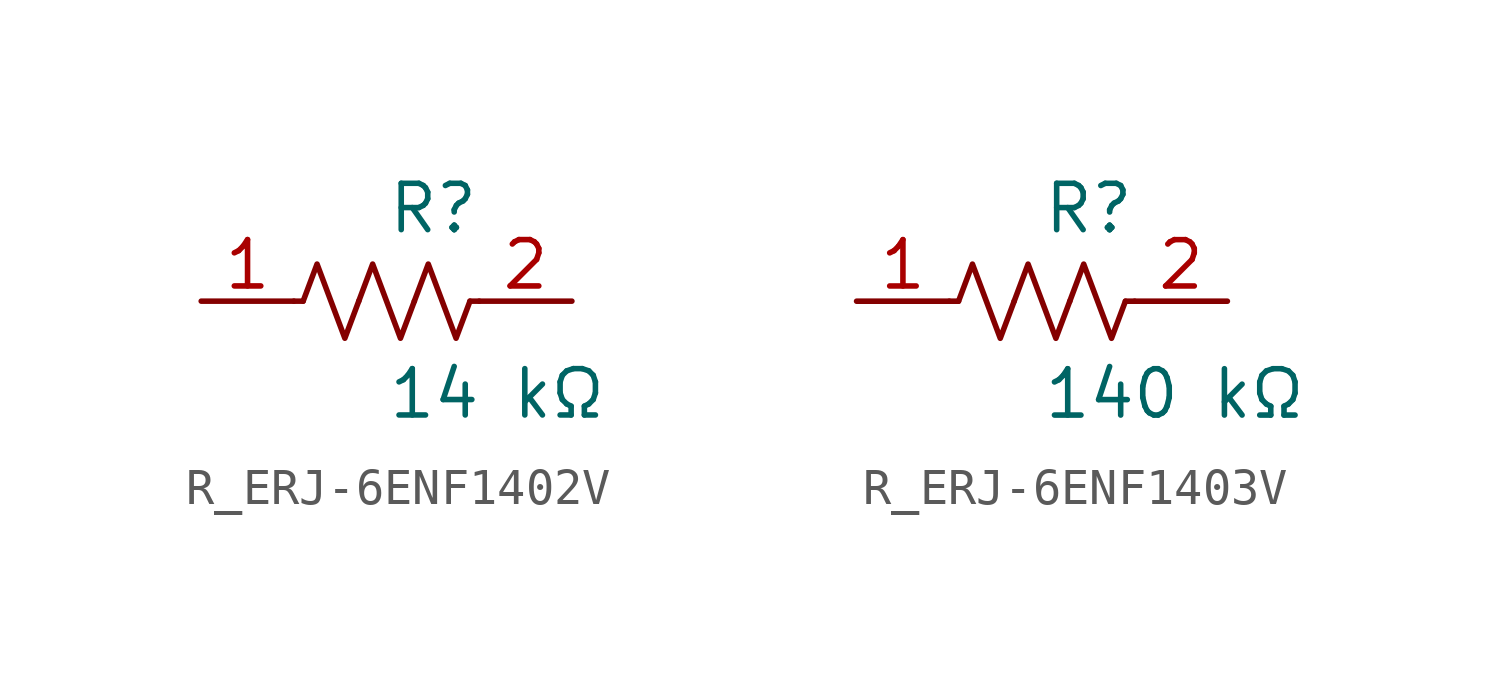
<source format=kicad_sym>
(kicad_symbol_lib
  (version 20231120)
  (generator kicad_symbol_editor)
  (generator_version 8.0)
  (symbol "R_ERJ-6ENF1402V"
    (pin_names
      (offset 0.254))
    (property "Reference" "R"
      (at 0.0 2.54 0)
      (effects (font (size 1.27 1.27)) (justify left)))
    (property "Value" "14 kΩ"
      (at 0.0 -2.54 0)
      (effects (font (size 1.27 1.27)) (justify left)))
    (symbol "R_ERJ-6ENF1402V_0_1"
      (polyline (pts (xy 2.286 0) (xy 2.54 0)) (stroke (width 0) (type default)) (fill (type none)))
      (polyline (pts (xy -2.286 0) (xy -2.54 0)) (stroke (width 0) (type default)) (fill (type none)))
      (polyline (pts (xy 0.762 0) (xy 1.143 1.016) (xy 1.524 0) (xy 1.905 -1.016) (xy 2.286 0)) (stroke (width 0) (type default)) (fill (type none)))
      (polyline (pts (xy -0.762 0) (xy -0.381 1.016) (xy 0 0) (xy 0.381 -1.016) (xy 0.762 0)) (stroke (width 0) (type default)) (fill (type none)))
      (polyline (pts (xy -2.286 0) (xy -1.905 1.016) (xy -1.524 0) (xy -1.143 -1.016) (xy -0.762 0)) (stroke (width 0) (type default)) (fill (type none))))
    (pin unspecified line
      (at -5.08 0 0)
      (length 2.54)
      (name "" (effects (font (size 1.27 1.27))))
      (number "1" (effects (font (size 1.27 1.27)))))
    (pin unspecified line
      (at 5.08 0 180)
      (length 2.54)
      (name "" (effects (font (size 1.27 1.27))))
      (number "2" (effects (font (size 1.27 1.27))))))
  (symbol "R_ERJ-6ENF1403V"
    (pin_names
      (offset 0.254))
    (property "Reference" "R"
      (at 0.0 2.54 0)
      (effects (font (size 1.27 1.27)) (justify left)))
    (property "Value" "140 kΩ"
      (at 0.0 -2.54 0)
      (effects (font (size 1.27 1.27)) (justify left)))
    (symbol "R_ERJ-6ENF1403V_0_1"
      (polyline (pts (xy 2.286 0) (xy 2.54 0)) (stroke (width 0) (type default)) (fill (type none)))
      (polyline (pts (xy -2.286 0) (xy -2.54 0)) (stroke (width 0) (type default)) (fill (type none)))
      (polyline (pts (xy 0.762 0) (xy 1.143 1.016) (xy 1.524 0) (xy 1.905 -1.016) (xy 2.286 0)) (stroke (width 0) (type default)) (fill (type none)))
      (polyline (pts (xy -0.762 0) (xy -0.381 1.016) (xy 0 0) (xy 0.381 -1.016) (xy 0.762 0)) (stroke (width 0) (type default)) (fill (type none)))
      (polyline (pts (xy -2.286 0) (xy -1.905 1.016) (xy -1.524 0) (xy -1.143 -1.016) (xy -0.762 0)) (stroke (width 0) (type default)) (fill (type none))))
    (pin unspecified line
      (at -5.08 0 0)
      (length 2.54)
      (name "" (effects (font (size 1.27 1.27))))
      (number "1" (effects (font (size 1.27 1.27)))))
    (pin unspecified line
      (at 5.08 0 180)
      (length 2.54)
      (name "" (effects (font (size 1.27 1.27))))
      (number "2" (effects (font (size 1.27 1.27)))))))
</source>
